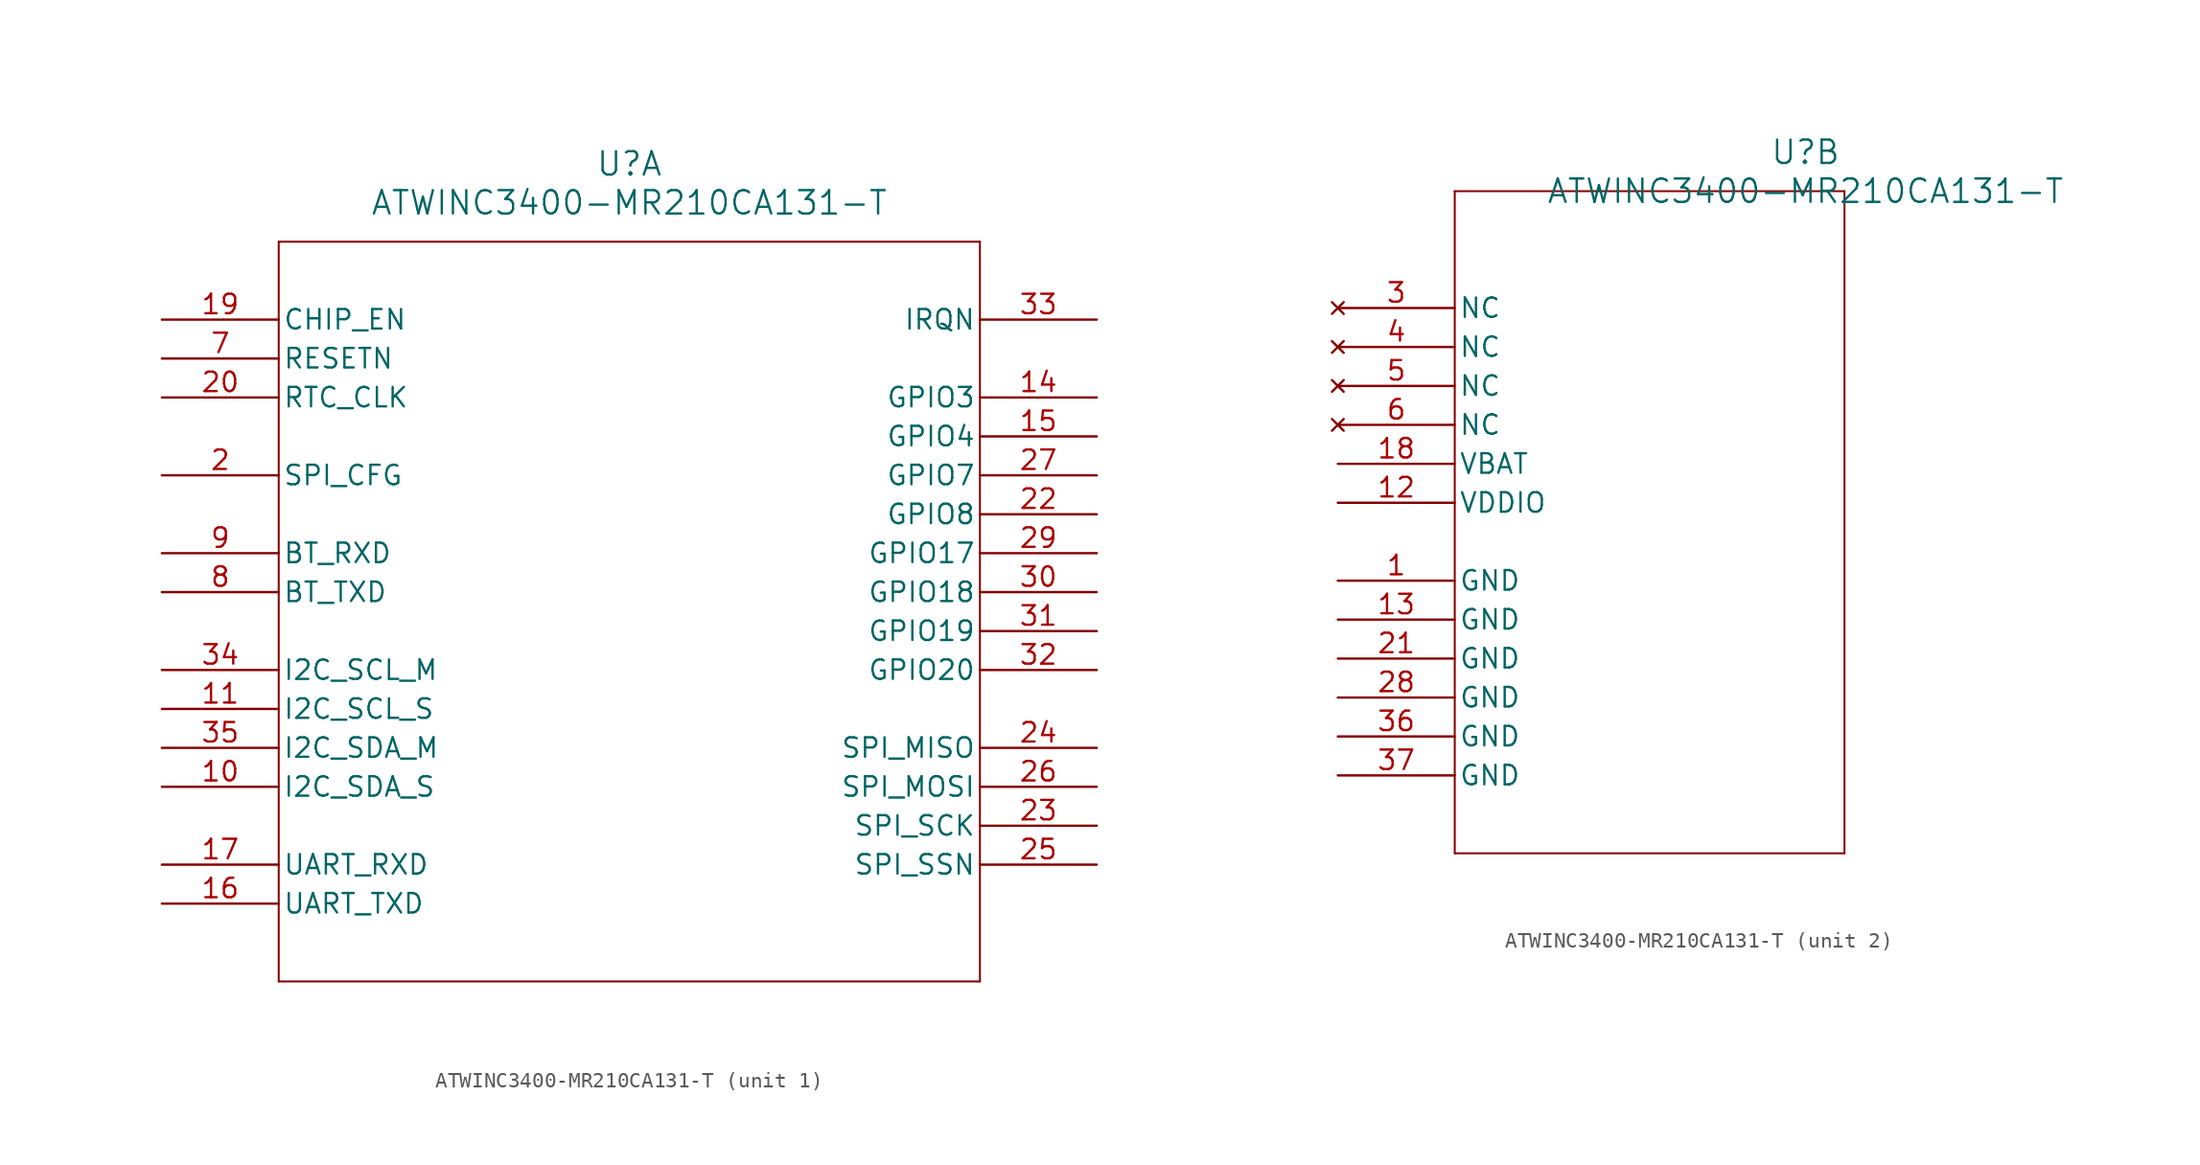
<source format=kicad_sym>
(kicad_symbol_lib
  (version 20211014)
  (generator kicad_symbol_editor)
  (symbol "ATWINC3400-MR210CA131-T"
    (pin_names
      (offset 0.254))
    (property "Reference" "U"
      (at 30.48 10.16 0)
      (effects (font (size 1.524 1.524))))
    (property "Value" "ATWINC3400-MR210CA131-T"
      (at 30.48 7.62 0)
      (effects (font (size 1.524 1.524))))
    (symbol "ATWINC3400-MR210CA131-T_1_1"
      (polyline (pts (xy 7.62 5.08) (xy 7.62 -43.18)) (stroke (width 0.127) (type default) (color 0 0 0 0)) (fill (type none)))
      (polyline (pts (xy 7.62 -43.18) (xy 53.34 -43.18)) (stroke (width 0.127) (type default) (color 0 0 0 0)) (fill (type none)))
      (polyline (pts (xy 53.34 -43.18) (xy 53.34 5.08)) (stroke (width 0.127) (type default) (color 0 0 0 0)) (fill (type none)))
      (polyline (pts (xy 53.34 5.08) (xy 7.62 5.08)) (stroke (width 0.127) (type default) (color 0 0 0 0)) (fill (type none)))
      (pin input line (at 0 -10.16 0) (length 7.62) (name "SPI_CFG" (effects (font (size 1.27 1.27)))) (number "2" (effects (font (size 1.27 1.27)))))
      (pin input line (at 0 -2.54 0) (length 7.62) (name "RESETN" (effects (font (size 1.27 1.27)))) (number "7" (effects (font (size 1.27 1.27)))))
      (pin bidirectional line (at 0 -17.78 0) (length 7.62) (name "BT_TXD" (effects (font (size 1.27 1.27)))) (number "8" (effects (font (size 1.27 1.27)))))
      (pin bidirectional line (at 0 -15.24 0) (length 7.62) (name "BT_RXD" (effects (font (size 1.27 1.27)))) (number "9" (effects (font (size 1.27 1.27)))))
      (pin bidirectional line (at 0 -30.48 0) (length 7.62) (name "I2C_SDA_S" (effects (font (size 1.27 1.27)))) (number "10" (effects (font (size 1.27 1.27)))))
      (pin bidirectional line (at 0 -25.4 0) (length 7.62) (name "I2C_SCL_S" (effects (font (size 1.27 1.27)))) (number "11" (effects (font (size 1.27 1.27)))))
      (pin bidirectional line (at 60.96 -5.08 180) (length 7.62) (name "GPIO3" (effects (font (size 1.27 1.27)))) (number "14" (effects (font (size 1.27 1.27)))))
      (pin bidirectional line (at 60.96 -7.62 180) (length 7.62) (name "GPIO4" (effects (font (size 1.27 1.27)))) (number "15" (effects (font (size 1.27 1.27)))))
      (pin bidirectional line (at 0 -38.1 0) (length 7.62) (name "UART_TXD" (effects (font (size 1.27 1.27)))) (number "16" (effects (font (size 1.27 1.27)))))
      (pin bidirectional line (at 0 -35.56 0) (length 7.62) (name "UART_RXD" (effects (font (size 1.27 1.27)))) (number "17" (effects (font (size 1.27 1.27)))))
      (pin input line (at 0 0 0) (length 7.62) (name "CHIP_EN" (effects (font (size 1.27 1.27)))) (number "19" (effects (font (size 1.27 1.27)))))
      (pin input line (at 0 -5.08 0) (length 7.62) (name "RTC_CLK" (effects (font (size 1.27 1.27)))) (number "20" (effects (font (size 1.27 1.27)))))
      (pin bidirectional line (at 60.96 -12.7 180) (length 7.62) (name "GPIO8" (effects (font (size 1.27 1.27)))) (number "22" (effects (font (size 1.27 1.27)))))
      (pin bidirectional line (at 60.96 -33.02 180) (length 7.62) (name "SPI_SCK" (effects (font (size 1.27 1.27)))) (number "23" (effects (font (size 1.27 1.27)))))
      (pin bidirectional line (at 60.96 -27.94 180) (length 7.62) (name "SPI_MISO" (effects (font (size 1.27 1.27)))) (number "24" (effects (font (size 1.27 1.27)))))
      (pin bidirectional line (at 60.96 -35.56 180) (length 7.62) (name "SPI_SSN" (effects (font (size 1.27 1.27)))) (number "25" (effects (font (size 1.27 1.27)))))
      (pin bidirectional line (at 60.96 -30.48 180) (length 7.62) (name "SPI_MOSI" (effects (font (size 1.27 1.27)))) (number "26" (effects (font (size 1.27 1.27)))))
      (pin bidirectional line (at 60.96 -10.16 180) (length 7.62) (name "GPIO7" (effects (font (size 1.27 1.27)))) (number "27" (effects (font (size 1.27 1.27)))))
      (pin bidirectional line (at 60.96 -15.24 180) (length 7.62) (name "GPIO17" (effects (font (size 1.27 1.27)))) (number "29" (effects (font (size 1.27 1.27)))))
      (pin bidirectional line (at 60.96 -17.78 180) (length 7.62) (name "GPIO18" (effects (font (size 1.27 1.27)))) (number "30" (effects (font (size 1.27 1.27)))))
      (pin bidirectional line (at 60.96 -20.32 180) (length 7.62) (name "GPIO19" (effects (font (size 1.27 1.27)))) (number "31" (effects (font (size 1.27 1.27)))))
      (pin bidirectional line (at 60.96 -22.86 180) (length 7.62) (name "GPIO20" (effects (font (size 1.27 1.27)))) (number "32" (effects (font (size 1.27 1.27)))))
      (pin output line (at 60.96 0 180) (length 7.62) (name "IRQN" (effects (font (size 1.27 1.27)))) (number "33" (effects (font (size 1.27 1.27)))))
      (pin bidirectional line (at 0 -22.86 0) (length 7.62) (name "I2C_SCL_M" (effects (font (size 1.27 1.27)))) (number "34" (effects (font (size 1.27 1.27)))))
      (pin bidirectional line (at 0 -27.94 0) (length 7.62) (name "I2C_SDA_M" (effects (font (size 1.27 1.27)))) (number "35" (effects (font (size 1.27 1.27))))))
    (symbol "ATWINC3400-MR210CA131-T_2_1"
      (polyline (pts (xy 7.62 7.62) (xy 7.62 -35.56)) (stroke (width 0.127) (type default) (color 0 0 0 0)) (fill (type none)))
      (polyline (pts (xy 7.62 -35.56) (xy 33.02 -35.56)) (stroke (width 0.127) (type default) (color 0 0 0 0)) (fill (type none)))
      (polyline (pts (xy 33.02 -35.56) (xy 33.02 7.62)) (stroke (width 0.127) (type default) (color 0 0 0 0)) (fill (type none)))
      (polyline (pts (xy 33.02 7.62) (xy 7.62 7.62)) (stroke (width 0.127) (type default) (color 0 0 0 0)) (fill (type none)))
      (pin power_out line (at 0 -17.78 0) (length 7.62) (name "GND" (effects (font (size 1.27 1.27)))) (number "1" (effects (font (size 1.27 1.27)))))
      (pin no_connect line (at 0 0 0) (length 7.62) (name "NC" (effects (font (size 1.27 1.27)))) (number "3" (effects (font (size 1.27 1.27)))))
      (pin no_connect line (at 0 -2.54 0) (length 7.62) (name "NC" (effects (font (size 1.27 1.27)))) (number "4" (effects (font (size 1.27 1.27)))))
      (pin no_connect line (at 0 -5.08 0) (length 7.62) (name "NC" (effects (font (size 1.27 1.27)))) (number "5" (effects (font (size 1.27 1.27)))))
      (pin no_connect line (at 0 -7.62 0) (length 7.62) (name "NC" (effects (font (size 1.27 1.27)))) (number "6" (effects (font (size 1.27 1.27)))))
      (pin power_in line (at 0 -12.7 0) (length 7.62) (name "VDDIO" (effects (font (size 1.27 1.27)))) (number "12" (effects (font (size 1.27 1.27)))))
      (pin power_out line (at 0 -20.32 0) (length 7.62) (name "GND" (effects (font (size 1.27 1.27)))) (number "13" (effects (font (size 1.27 1.27)))))
      (pin power_in line (at 0 -10.16 0) (length 7.62) (name "VBAT" (effects (font (size 1.27 1.27)))) (number "18" (effects (font (size 1.27 1.27)))))
      (pin power_out line (at 0 -22.86 0) (length 7.62) (name "GND" (effects (font (size 1.27 1.27)))) (number "21" (effects (font (size 1.27 1.27)))))
      (pin power_out line (at 0 -25.4 0) (length 7.62) (name "GND" (effects (font (size 1.27 1.27)))) (number "28" (effects (font (size 1.27 1.27)))))
      (pin power_out line (at 0 -27.94 0) (length 7.62) (name "GND" (effects (font (size 1.27 1.27)))) (number "36" (effects (font (size 1.27 1.27)))))
      (pin power_out line (at 0 -30.48 0) (length 7.62) (name "GND" (effects (font (size 1.27 1.27)))) (number "37" (effects (font (size 1.27 1.27))))))))
</source>
